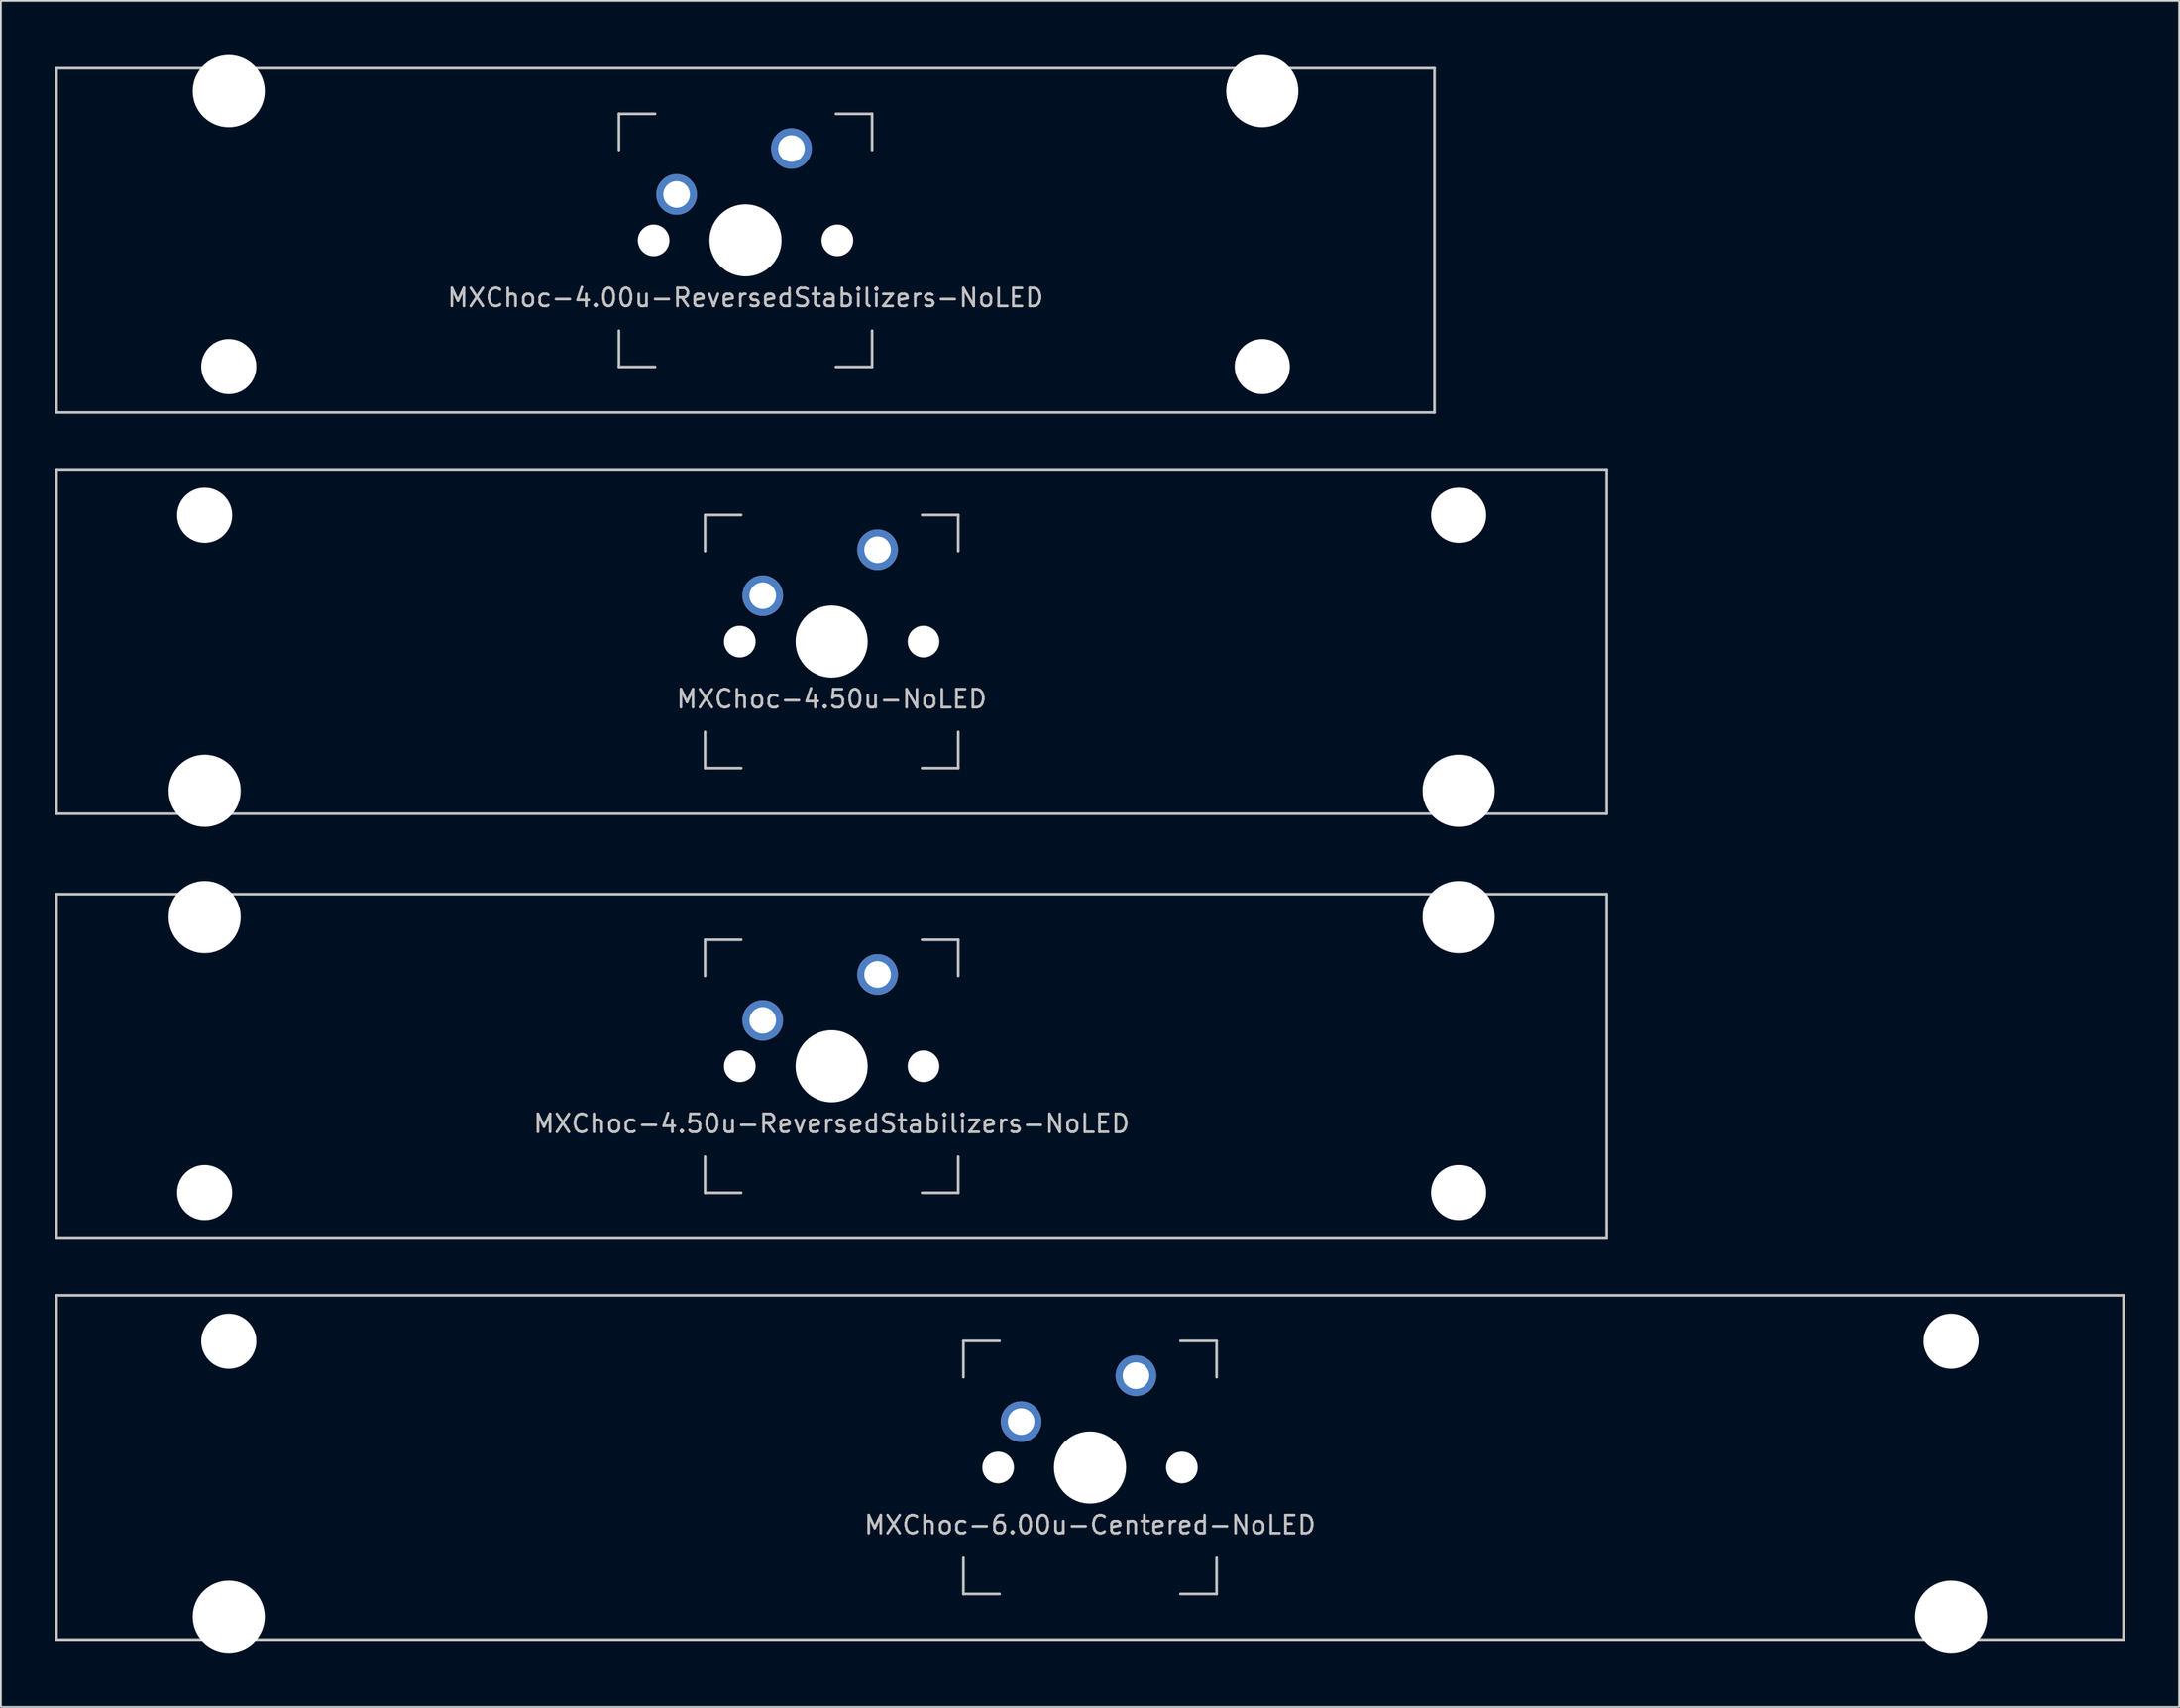
<source format=kicad_pcb>
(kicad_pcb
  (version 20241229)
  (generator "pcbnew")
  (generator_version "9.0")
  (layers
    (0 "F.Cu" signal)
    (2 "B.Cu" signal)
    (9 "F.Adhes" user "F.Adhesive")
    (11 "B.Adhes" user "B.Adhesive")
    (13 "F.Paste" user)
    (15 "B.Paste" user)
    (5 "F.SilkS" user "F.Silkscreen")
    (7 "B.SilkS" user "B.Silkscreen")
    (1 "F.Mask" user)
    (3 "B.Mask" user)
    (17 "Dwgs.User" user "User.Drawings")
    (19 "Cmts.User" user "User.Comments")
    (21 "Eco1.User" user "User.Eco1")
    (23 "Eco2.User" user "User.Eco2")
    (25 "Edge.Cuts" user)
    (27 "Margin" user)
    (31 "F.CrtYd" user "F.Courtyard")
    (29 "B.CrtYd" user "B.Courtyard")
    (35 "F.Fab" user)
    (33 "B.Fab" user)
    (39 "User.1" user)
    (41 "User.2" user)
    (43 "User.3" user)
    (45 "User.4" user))
  (footprint "MXChoc-4.50u-ReversedStabilizers-NoLED"
    (layer "F.Cu")
    (at 42.938 55.947)
    (property "Reference" "MXChoc-4.50u-ReversedStabilizers-NoLED" (at 0 3.175 0) (layer "Dwgs.User") (effects (font (size 1 1) (thickness 0.15))))
    (attr through_hole)
    (fp_line (start -42.862 -9.525) (end 42.862 -9.525) (stroke (width 0.15) (type solid)) (layer "Dwgs.User"))
    (fp_line (start -42.862 9.525) (end -42.862 -9.525) (stroke (width 0.15) (type solid)) (layer "Dwgs.User"))
    (fp_line (start -42.862 9.525) (end 42.862 9.525) (stroke (width 0.15) (type solid)) (layer "Dwgs.User"))
    (fp_line (start -7 -7) (end -7 -5) (stroke (width 0.15) (type solid)) (layer "Dwgs.User"))
    (fp_line (start -7 5) (end -7 7) (stroke (width 0.15) (type solid)) (layer "Dwgs.User"))
    (fp_line (start -7 7) (end -5 7) (stroke (width 0.15) (type solid)) (layer "Dwgs.User"))
    (fp_line (start -5 -7) (end -7 -7) (stroke (width 0.15) (type solid)) (layer "Dwgs.User"))
    (fp_line (start 5 -7) (end 7 -7) (stroke (width 0.15) (type solid)) (layer "Dwgs.User"))
    (fp_line (start 5 7) (end 7 7) (stroke (width 0.15) (type solid)) (layer "Dwgs.User"))
    (fp_line (start 7 -7) (end 7 -5) (stroke (width 0.15) (type solid)) (layer "Dwgs.User"))
    (fp_line (start 7 7) (end 7 5) (stroke (width 0.15) (type solid)) (layer "Dwgs.User"))
    (fp_line (start 42.862 -9.525) (end 42.862 9.525) (stroke (width 0.15) (type solid)) (layer "Dwgs.User"))
    (pad "" np_thru_hole circle (at -34.671 -8.255 180) (size 3.988 3.988) (drill 3.988) (layers "*.Cu" "*.Mask"))
    (pad "" np_thru_hole circle (at -34.671 6.985 180) (size 3.048 3.048) (drill 3.048) (layers "*.Cu" "*.Mask"))
    (pad "" np_thru_hole circle (at -5.08 0 48.1) (size 1.75 1.75) (drill 1.75) (layers "*.Cu" "*.Mask"))
    (pad "" np_thru_hole circle (at 0 0) (size 3.988 3.988) (drill 3.988) (layers "*.Cu" "*.Mask"))
    (pad "" np_thru_hole circle (at 5.08 0 48.1) (size 1.75 1.75) (drill 1.75) (layers "*.Cu" "*.Mask"))
    (pad "" np_thru_hole circle (at 34.671 -8.255 180) (size 3.988 3.988) (drill 3.988) (layers "*.Cu" "*.Mask"))
    (pad "" np_thru_hole circle (at 34.671 6.985 180) (size 3.048 3.048) (drill 3.048) (layers "*.Cu" "*.Mask"))
    (pad "1" thru_hole circle (at -3.81 -2.54) (size 2.25 2.25) (drill 1.47) (layers "*.Cu" "B.Mask"))
    (pad "2" thru_hole circle (at 2.54 -5.08) (size 2.25 2.25) (drill 1.47) (layers "*.Cu" "B.Mask")))
  (footprint "MXChoc-4.00u-ReversedStabilizers-NoLED"
    (layer "F.Cu")
    (at 38.175 10.249)
    (property "Reference" "MXChoc-4.00u-ReversedStabilizers-NoLED" (at 0 3.175 0) (layer "Dwgs.User") (effects (font (size 1 1) (thickness 0.15))))
    (attr through_hole)
    (fp_line (start -38.1 -9.525) (end 38.1 -9.525) (stroke (width 0.15) (type solid)) (layer "Dwgs.User"))
    (fp_line (start -38.1 9.525) (end -38.1 -9.525) (stroke (width 0.15) (type solid)) (layer "Dwgs.User"))
    (fp_line (start -38.1 9.525) (end 38.1 9.525) (stroke (width 0.15) (type solid)) (layer "Dwgs.User"))
    (fp_line (start -7 -7) (end -7 -5) (stroke (width 0.15) (type solid)) (layer "Dwgs.User"))
    (fp_line (start -7 5) (end -7 7) (stroke (width 0.15) (type solid)) (layer "Dwgs.User"))
    (fp_line (start -7 7) (end -5 7) (stroke (width 0.15) (type solid)) (layer "Dwgs.User"))
    (fp_line (start -5 -7) (end -7 -7) (stroke (width 0.15) (type solid)) (layer "Dwgs.User"))
    (fp_line (start 5 -7) (end 7 -7) (stroke (width 0.15) (type solid)) (layer "Dwgs.User"))
    (fp_line (start 5 7) (end 7 7) (stroke (width 0.15) (type solid)) (layer "Dwgs.User"))
    (fp_line (start 7 -7) (end 7 -5) (stroke (width 0.15) (type solid)) (layer "Dwgs.User"))
    (fp_line (start 7 7) (end 7 5) (stroke (width 0.15) (type solid)) (layer "Dwgs.User"))
    (fp_line (start 38.1 -9.525) (end 38.1 9.525) (stroke (width 0.15) (type solid)) (layer "Dwgs.User"))
    (pad "" np_thru_hole circle (at -28.575 -8.255 180) (size 3.988 3.988) (drill 3.988) (layers "*.Cu" "*.Mask"))
    (pad "" np_thru_hole circle (at -28.575 6.985 180) (size 3.048 3.048) (drill 3.048) (layers "*.Cu" "*.Mask"))
    (pad "" np_thru_hole circle (at -5.08 0 48.1) (size 1.75 1.75) (drill 1.75) (layers "*.Cu" "*.Mask"))
    (pad "" np_thru_hole circle (at 0 0 180) (size 3.988 3.988) (drill 3.988) (layers "*.Cu" "*.Mask"))
    (pad "" np_thru_hole circle (at 5.08 0 48.1) (size 1.75 1.75) (drill 1.75) (layers "*.Cu" "*.Mask"))
    (pad "" np_thru_hole circle (at 28.575 -8.255 180) (size 3.988 3.988) (drill 3.988) (layers "*.Cu" "*.Mask"))
    (pad "" np_thru_hole circle (at 28.575 6.985 180) (size 3.048 3.048) (drill 3.048) (layers "*.Cu" "*.Mask"))
    (pad "1" thru_hole circle (at -3.81 -2.54) (size 2.25 2.25) (drill 1.47) (layers "*.Cu" "B.Mask"))
    (pad "2" thru_hole circle (at 2.54 -5.08) (size 2.25 2.25) (drill 1.47) (layers "*.Cu" "B.Mask")))
  (footprint "MXChoc-6.00u-Centered-NoLED"
    (layer "F.Cu")
    (at 57.225 78.147)
    (property "Reference" "MXChoc-6.00u-Centered-NoLED" (at 0 3.175 0) (layer "Dwgs.User") (effects (font (size 1 1) (thickness 0.15))))
    (attr through_hole)
    (fp_line (start -57.15 -9.525) (end 57.15 -9.525) (stroke (width 0.15) (type solid)) (layer "Dwgs.User"))
    (fp_line (start -57.15 9.525) (end -57.15 -9.525) (stroke (width 0.15) (type solid)) (layer "Dwgs.User"))
    (fp_line (start -57.15 9.525) (end 57.15 9.525) (stroke (width 0.15) (type solid)) (layer "Dwgs.User"))
    (fp_line (start -7 -7) (end -7 -5) (stroke (width 0.15) (type solid)) (layer "Dwgs.User"))
    (fp_line (start -7 5) (end -7 7) (stroke (width 0.15) (type solid)) (layer "Dwgs.User"))
    (fp_line (start -7 7) (end -5 7) (stroke (width 0.15) (type solid)) (layer "Dwgs.User"))
    (fp_line (start -5 -7) (end -7 -7) (stroke (width 0.15) (type solid)) (layer "Dwgs.User"))
    (fp_line (start 5 -7) (end 7 -7) (stroke (width 0.15) (type solid)) (layer "Dwgs.User"))
    (fp_line (start 5 7) (end 7 7) (stroke (width 0.15) (type solid)) (layer "Dwgs.User"))
    (fp_line (start 7 -7) (end 7 -5) (stroke (width 0.15) (type solid)) (layer "Dwgs.User"))
    (fp_line (start 7 7) (end 7 5) (stroke (width 0.15) (type solid)) (layer "Dwgs.User"))
    (fp_line (start 57.15 -9.525) (end 57.15 9.525) (stroke (width 0.15) (type solid)) (layer "Dwgs.User"))
    (pad "" np_thru_hole circle (at -47.625 -6.985) (size 3.048 3.048) (drill 3.048) (layers "*.Cu" "*.Mask"))
    (pad "" np_thru_hole circle (at -47.625 8.255) (size 3.988 3.988) (drill 3.988) (layers "*.Cu" "*.Mask"))
    (pad "" np_thru_hole circle (at -5.08 0 48.1) (size 1.75 1.75) (drill 1.75) (layers "*.Cu" "*.Mask"))
    (pad "" np_thru_hole circle (at 0 0) (size 3.988 3.988) (drill 3.988) (layers "*.Cu" "*.Mask"))
    (pad "" np_thru_hole circle (at 5.08 0 48.1) (size 1.75 1.75) (drill 1.75) (layers "*.Cu" "*.Mask"))
    (pad "" np_thru_hole circle (at 47.625 -6.985) (size 3.048 3.048) (drill 3.048) (layers "*.Cu" "*.Mask"))
    (pad "" np_thru_hole circle (at 47.625 8.255) (size 3.988 3.988) (drill 3.988) (layers "*.Cu" "*.Mask"))
    (pad "1" thru_hole circle (at -3.81 -2.54) (size 2.25 2.25) (drill 1.47) (layers "*.Cu" "B.Mask"))
    (pad "2" thru_hole circle (at 2.54 -5.08) (size 2.25 2.25) (drill 1.47) (layers "*.Cu" "B.Mask")))
  (footprint "MXChoc-4.50u-NoLED"
    (layer "F.Cu")
    (at 42.938 32.449)
    (property "Reference" "MXChoc-4.50u-NoLED" (at 0 3.175 0) (layer "Dwgs.User") (effects (font (size 1 1) (thickness 0.15))))
    (attr through_hole)
    (fp_line (start -42.862 -9.525) (end 42.862 -9.525) (stroke (width 0.15) (type solid)) (layer "Dwgs.User"))
    (fp_line (start -42.862 9.525) (end -42.862 -9.525) (stroke (width 0.15) (type solid)) (layer "Dwgs.User"))
    (fp_line (start -42.862 9.525) (end 42.862 9.525) (stroke (width 0.15) (type solid)) (layer "Dwgs.User"))
    (fp_line (start -7 -7) (end -7 -5) (stroke (width 0.15) (type solid)) (layer "Dwgs.User"))
    (fp_line (start -7 5) (end -7 7) (stroke (width 0.15) (type solid)) (layer "Dwgs.User"))
    (fp_line (start -7 7) (end -5 7) (stroke (width 0.15) (type solid)) (layer "Dwgs.User"))
    (fp_line (start -5 -7) (end -7 -7) (stroke (width 0.15) (type solid)) (layer "Dwgs.User"))
    (fp_line (start 5 -7) (end 7 -7) (stroke (width 0.15) (type solid)) (layer "Dwgs.User"))
    (fp_line (start 5 7) (end 7 7) (stroke (width 0.15) (type solid)) (layer "Dwgs.User"))
    (fp_line (start 7 -7) (end 7 -5) (stroke (width 0.15) (type solid)) (layer "Dwgs.User"))
    (fp_line (start 7 7) (end 7 5) (stroke (width 0.15) (type solid)) (layer "Dwgs.User"))
    (fp_line (start 42.862 -9.525) (end 42.862 9.525) (stroke (width 0.15) (type solid)) (layer "Dwgs.User"))
    (pad "" np_thru_hole circle (at -34.671 -6.985) (size 3.048 3.048) (drill 3.048) (layers "*.Cu" "*.Mask"))
    (pad "" np_thru_hole circle (at -34.671 8.255) (size 3.988 3.988) (drill 3.988) (layers "*.Cu" "*.Mask"))
    (pad "" np_thru_hole circle (at -5.08 0 48.1) (size 1.75 1.75) (drill 1.75) (layers "*.Cu" "*.Mask"))
    (pad "" np_thru_hole circle (at 0 0) (size 3.988 3.988) (drill 3.988) (layers "*.Cu" "*.Mask"))
    (pad "" np_thru_hole circle (at 5.08 0 48.1) (size 1.75 1.75) (drill 1.75) (layers "*.Cu" "*.Mask"))
    (pad "" np_thru_hole circle (at 34.671 -6.985) (size 3.048 3.048) (drill 3.048) (layers "*.Cu" "*.Mask"))
    (pad "" np_thru_hole circle (at 34.671 8.255) (size 3.988 3.988) (drill 3.988) (layers "*.Cu" "*.Mask"))
    (pad "1" thru_hole circle (at -3.81 -2.54) (size 2.25 2.25) (drill 1.47) (layers "*.Cu" "B.Mask"))
    (pad "2" thru_hole circle (at 2.54 -5.08) (size 2.25 2.25) (drill 1.47) (layers "*.Cu" "B.Mask")))
  (gr_rect
    (start -3 -3)
    (end 117.45 91.396)
    (stroke (width 0.1) (type default))
    (fill no)
    (layer "Edge.Cuts")))
</source>
